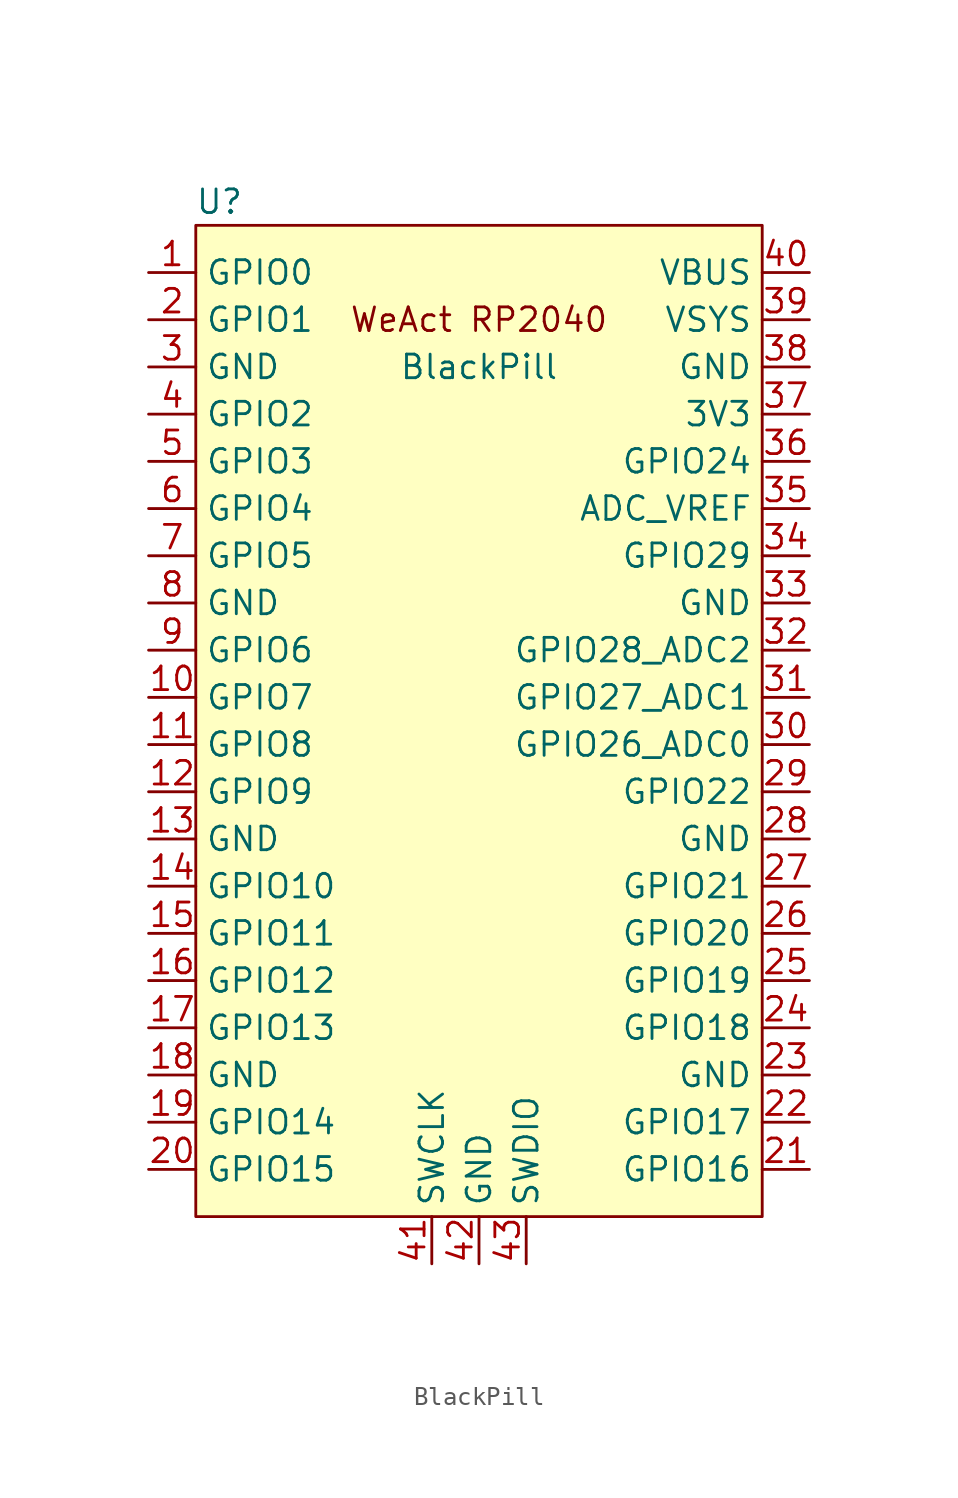
<source format=kicad_sym>
(kicad_symbol_lib
  (version 20211014)
  (generator kicad_symbol_editor)
  (symbol "BlackPill"
    (property "Reference" "U"
      (at -13.97 27.94 0)
      (effects (font (size 1.27 1.27))))
    (property "Value" "BlackPill"
      (at 0 19.05 0)
      (effects (font (size 1.27 1.27))))
    (symbol "BlackPill_0_0"
      (text "WeAct RP2040" (at 0 21.59 0) (effects (font (size 1.27 1.27)))))
    (symbol "BlackPill_0_1"
      (rectangle (start -15.24 26.67) (end 15.24 -26.67) (stroke (width 0) (type default) (color 0 0 0 0)) (fill (type background))))
    (symbol "BlackPill_1_1"
      (pin bidirectional line (at -17.78 24.13 0) (length 2.54) (name "GPIO0" (effects (font (size 1.27 1.27)))) (number "1" (effects (font (size 1.27 1.27)))))
      (pin bidirectional line (at -17.78 1.27 0) (length 2.54) (name "GPIO7" (effects (font (size 1.27 1.27)))) (number "10" (effects (font (size 1.27 1.27)))))
      (pin bidirectional line (at -17.78 -1.27 0) (length 2.54) (name "GPIO8" (effects (font (size 1.27 1.27)))) (number "11" (effects (font (size 1.27 1.27)))))
      (pin bidirectional line (at -17.78 -3.81 0) (length 2.54) (name "GPIO9" (effects (font (size 1.27 1.27)))) (number "12" (effects (font (size 1.27 1.27)))))
      (pin power_in line (at -17.78 -6.35 0) (length 2.54) (name "GND" (effects (font (size 1.27 1.27)))) (number "13" (effects (font (size 1.27 1.27)))))
      (pin bidirectional line (at -17.78 -8.89 0) (length 2.54) (name "GPIO10" (effects (font (size 1.27 1.27)))) (number "14" (effects (font (size 1.27 1.27)))))
      (pin bidirectional line (at -17.78 -11.43 0) (length 2.54) (name "GPIO11" (effects (font (size 1.27 1.27)))) (number "15" (effects (font (size 1.27 1.27)))))
      (pin bidirectional line (at -17.78 -13.97 0) (length 2.54) (name "GPIO12" (effects (font (size 1.27 1.27)))) (number "16" (effects (font (size 1.27 1.27)))))
      (pin bidirectional line (at -17.78 -16.51 0) (length 2.54) (name "GPIO13" (effects (font (size 1.27 1.27)))) (number "17" (effects (font (size 1.27 1.27)))))
      (pin power_in line (at -17.78 -19.05 0) (length 2.54) (name "GND" (effects (font (size 1.27 1.27)))) (number "18" (effects (font (size 1.27 1.27)))))
      (pin bidirectional line (at -17.78 -21.59 0) (length 2.54) (name "GPIO14" (effects (font (size 1.27 1.27)))) (number "19" (effects (font (size 1.27 1.27)))))
      (pin bidirectional line (at -17.78 21.59 0) (length 2.54) (name "GPIO1" (effects (font (size 1.27 1.27)))) (number "2" (effects (font (size 1.27 1.27)))))
      (pin bidirectional line (at -17.78 -24.13 0) (length 2.54) (name "GPIO15" (effects (font (size 1.27 1.27)))) (number "20" (effects (font (size 1.27 1.27)))))
      (pin bidirectional line (at 17.78 -24.13 180) (length 2.54) (name "GPIO16" (effects (font (size 1.27 1.27)))) (number "21" (effects (font (size 1.27 1.27)))))
      (pin bidirectional line (at 17.78 -21.59 180) (length 2.54) (name "GPIO17" (effects (font (size 1.27 1.27)))) (number "22" (effects (font (size 1.27 1.27)))))
      (pin power_in line (at 17.78 -19.05 180) (length 2.54) (name "GND" (effects (font (size 1.27 1.27)))) (number "23" (effects (font (size 1.27 1.27)))))
      (pin bidirectional line (at 17.78 -16.51 180) (length 2.54) (name "GPIO18" (effects (font (size 1.27 1.27)))) (number "24" (effects (font (size 1.27 1.27)))))
      (pin bidirectional line (at 17.78 -13.97 180) (length 2.54) (name "GPIO19" (effects (font (size 1.27 1.27)))) (number "25" (effects (font (size 1.27 1.27)))))
      (pin bidirectional line (at 17.78 -11.43 180) (length 2.54) (name "GPIO20" (effects (font (size 1.27 1.27)))) (number "26" (effects (font (size 1.27 1.27)))))
      (pin bidirectional line (at 17.78 -8.89 180) (length 2.54) (name "GPIO21" (effects (font (size 1.27 1.27)))) (number "27" (effects (font (size 1.27 1.27)))))
      (pin power_in line (at 17.78 -6.35 180) (length 2.54) (name "GND" (effects (font (size 1.27 1.27)))) (number "28" (effects (font (size 1.27 1.27)))))
      (pin bidirectional line (at 17.78 -3.81 180) (length 2.54) (name "GPIO22" (effects (font (size 1.27 1.27)))) (number "29" (effects (font (size 1.27 1.27)))))
      (pin power_in line (at -17.78 19.05 0) (length 2.54) (name "GND" (effects (font (size 1.27 1.27)))) (number "3" (effects (font (size 1.27 1.27)))))
      (pin bidirectional line (at 17.78 -1.27 180) (length 2.54) (name "GPIO26_ADC0" (effects (font (size 1.27 1.27)))) (number "30" (effects (font (size 1.27 1.27)))))
      (pin bidirectional line (at 17.78 1.27 180) (length 2.54) (name "GPIO27_ADC1" (effects (font (size 1.27 1.27)))) (number "31" (effects (font (size 1.27 1.27)))))
      (pin bidirectional line (at 17.78 3.81 180) (length 2.54) (name "GPIO28_ADC2" (effects (font (size 1.27 1.27)))) (number "32" (effects (font (size 1.27 1.27)))))
      (pin power_in line (at 17.78 6.35 180) (length 2.54) (name "GND" (effects (font (size 1.27 1.27)))) (number "33" (effects (font (size 1.27 1.27)))))
      (pin bidirectional line (at 17.78 8.89 180) (length 2.54) (name "GPIO29" (effects (font (size 1.27 1.27)))) (number "34" (effects (font (size 1.27 1.27)))))
      (pin power_in line (at 17.78 11.43 180) (length 2.54) (name "ADC_VREF" (effects (font (size 1.27 1.27)))) (number "35" (effects (font (size 1.27 1.27)))))
      (pin bidirectional line (at 17.78 13.97 180) (length 2.54) (name "GPIO24" (effects (font (size 1.27 1.27)))) (number "36" (effects (font (size 1.27 1.27)))))
      (pin power_in line (at 17.78 16.51 180) (length 2.54) (name "3V3" (effects (font (size 1.27 1.27)))) (number "37" (effects (font (size 1.27 1.27)))))
      (pin bidirectional line (at 17.78 19.05 180) (length 2.54) (name "GND" (effects (font (size 1.27 1.27)))) (number "38" (effects (font (size 1.27 1.27)))))
      (pin power_in line (at 17.78 21.59 180) (length 2.54) (name "VSYS" (effects (font (size 1.27 1.27)))) (number "39" (effects (font (size 1.27 1.27)))))
      (pin bidirectional line (at -17.78 16.51 0) (length 2.54) (name "GPIO2" (effects (font (size 1.27 1.27)))) (number "4" (effects (font (size 1.27 1.27)))))
      (pin power_in line (at 17.78 24.13 180) (length 2.54) (name "VBUS" (effects (font (size 1.27 1.27)))) (number "40" (effects (font (size 1.27 1.27)))))
      (pin input line (at -2.54 -29.21 90) (length 2.54) (name "SWCLK" (effects (font (size 1.27 1.27)))) (number "41" (effects (font (size 1.27 1.27)))))
      (pin power_in line (at 0 -29.21 90) (length 2.54) (name "GND" (effects (font (size 1.27 1.27)))) (number "42" (effects (font (size 1.27 1.27)))))
      (pin bidirectional line (at 2.54 -29.21 90) (length 2.54) (name "SWDIO" (effects (font (size 1.27 1.27)))) (number "43" (effects (font (size 1.27 1.27)))))
      (pin bidirectional line (at -17.78 13.97 0) (length 2.54) (name "GPIO3" (effects (font (size 1.27 1.27)))) (number "5" (effects (font (size 1.27 1.27)))))
      (pin bidirectional line (at -17.78 11.43 0) (length 2.54) (name "GPIO4" (effects (font (size 1.27 1.27)))) (number "6" (effects (font (size 1.27 1.27)))))
      (pin bidirectional line (at -17.78 8.89 0) (length 2.54) (name "GPIO5" (effects (font (size 1.27 1.27)))) (number "7" (effects (font (size 1.27 1.27)))))
      (pin power_in line (at -17.78 6.35 0) (length 2.54) (name "GND" (effects (font (size 1.27 1.27)))) (number "8" (effects (font (size 1.27 1.27)))))
      (pin bidirectional line (at -17.78 3.81 0) (length 2.54) (name "GPIO6" (effects (font (size 1.27 1.27)))) (number "9" (effects (font (size 1.27 1.27))))))))
</source>
